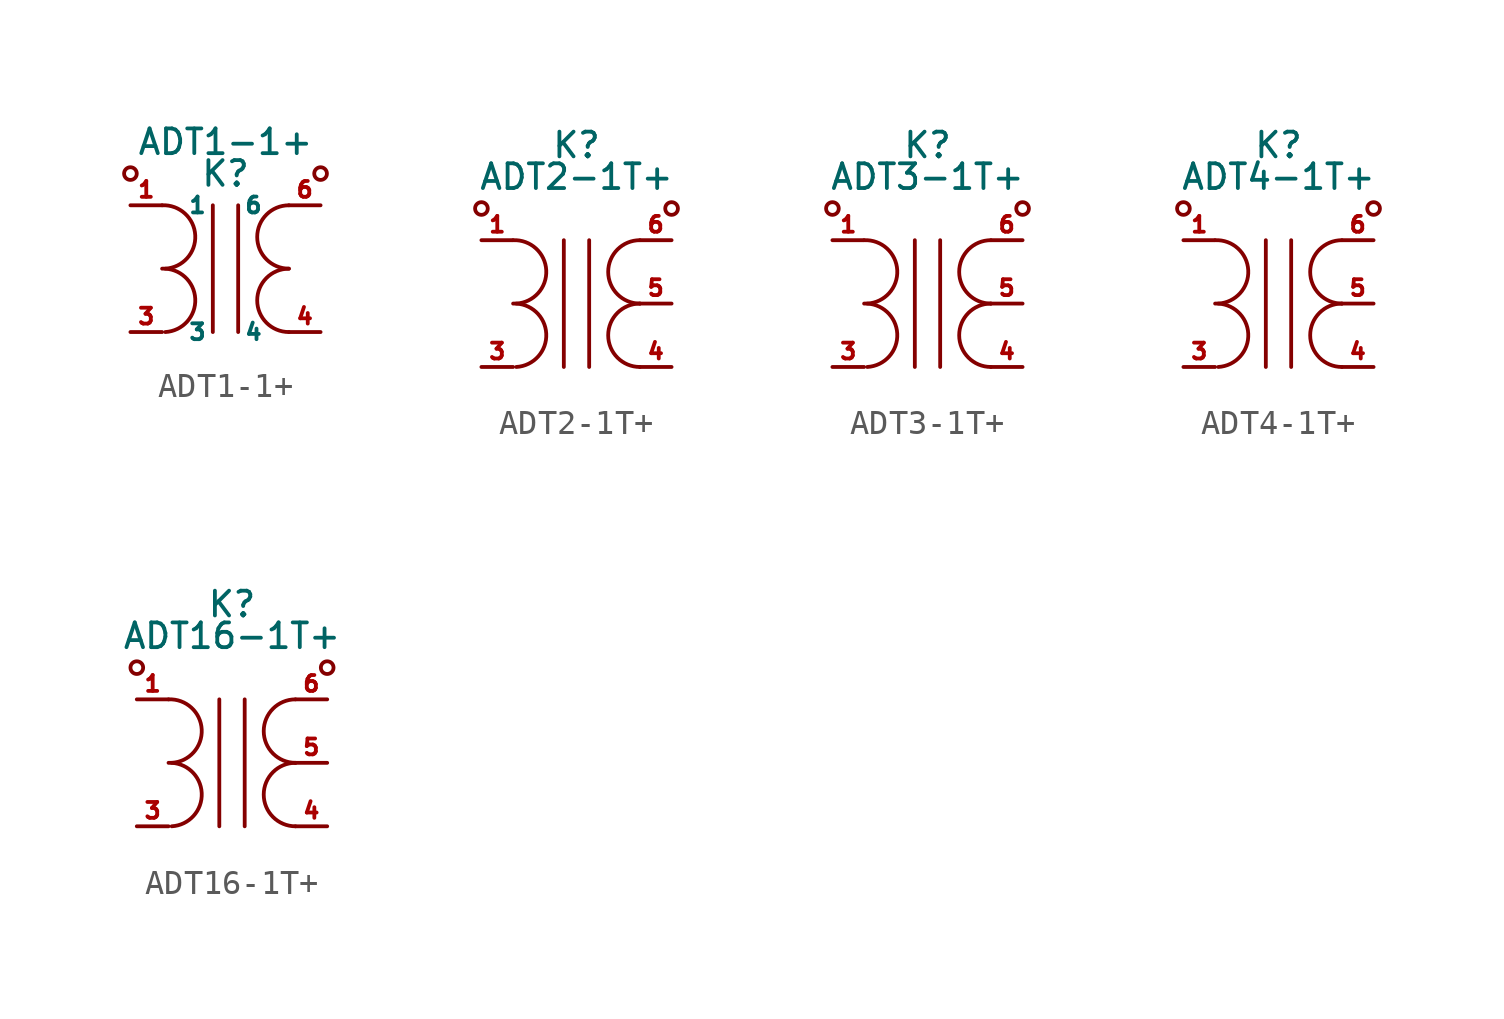
<source format=kicad_sym>
(kicad_symbol_lib
  (version 20220914)
  (generator kicad_symbol_editor)
  (symbol "ADT1-1+"
    (pin_names
      (offset 1.016))
    (property "Reference" "K"
      (at 0 3.81 0)
      (effects (font (size 0.991 0.991))))
    (property "Value" "ADT1-1+"
      (at 0 5.08 0)
      (effects (font (size 0.991 0.991))))
    (symbol "ADT1-1+_1_1"
      (circle (center -3.81 3.81) (radius 0.254) (stroke (width 0) (type default)) (fill (type none)))
      (arc (start -2.413 -2.54) (mid -1.2185 -1.2065) (end -2.54 0) (stroke (width 0) (type default)) (fill (type none)))
      (arc (start -2.413 0) (mid -1.2185 1.3335) (end -2.54 2.54) (stroke (width 0) (type default)) (fill (type none)))
      (polyline (pts (xy -0.508 2.54) (xy -0.508 -2.54)) (stroke (width 0) (type default)) (fill (type none)))
      (polyline (pts (xy 0.508 2.54) (xy 0.508 -2.54)) (stroke (width 0) (type default)) (fill (type none)))
      (arc (start 2.54 0) (mid 1.2755 -1.27) (end 2.54 -2.54) (stroke (width 0) (type default)) (fill (type none)))
      (arc (start 2.54 2.54) (mid 1.2755 1.27) (end 2.54 0) (stroke (width 0) (type default)) (fill (type none)))
      (circle (center 3.81 3.81) (radius 0.254) (stroke (width 0) (type default)) (fill (type none)))
      (pin passive line (at -3.81 2.54 0) (length 1.27) (name "1" (effects (font (size 0.635 0.635)))) (number "1" (effects (font (size 0.635 0.635)))))
      (pin passive line (at -2.54 0 180) (length 0) hide (name "2" (effects (font (size 0.635 0.635)))) (number "2" (effects (font (size 0.635 0.635)))))
      (pin passive line (at -3.81 -2.54 0) (length 1.27) (name "3" (effects (font (size 0.635 0.635)))) (number "3" (effects (font (size 0.635 0.635)))))
      (pin passive line (at 3.81 -2.54 180) (length 1.27) (name "4" (effects (font (size 0.635 0.635)))) (number "4" (effects (font (size 0.635 0.635)))))
      (pin passive line (at 2.54 0 180) (length 0) hide (name "5" (effects (font (size 0.635 0.635)))) (number "5" (effects (font (size 0.635 0.635)))))
      (pin passive line (at 3.81 2.54 180) (length 1.27) (name "6" (effects (font (size 0.635 0.635)))) (number "6" (effects (font (size 0.635 0.635)))))))
  (symbol "ADT2-1T+"
    (pin_names
      (offset 1.016) hide)
    (property "Reference" "K"
      (at 0 6.35 0)
      (effects (font (size 0.991 0.991))))
    (property "Value" "ADT2-1T+"
      (at 0 5.08 0)
      (effects (font (size 0.991 0.991))))
    (symbol "ADT2-1T+_0_0"
      (pin passive line (at -3.81 2.54 0) (length 1.27) (name "1" (effects (font (size 0.635 0.635)))) (number "1" (effects (font (size 0.635 0.635)))))
      (pin passive line (at -2.54 0 180) (length 0) hide (name "2" (effects (font (size 0.635 0.635)))) (number "2" (effects (font (size 0.635 0.635)))))
      (pin passive line (at -3.81 -2.54 0) (length 1.27) (name "3" (effects (font (size 0.635 0.635)))) (number "3" (effects (font (size 0.635 0.635)))))
      (pin passive line (at 3.81 -2.54 180) (length 1.27) (name "4" (effects (font (size 0.635 0.635)))) (number "4" (effects (font (size 0.635 0.635)))))
      (pin passive line (at 3.81 0 180) (length 1.27) (name "5" (effects (font (size 0.635 0.635)))) (number "5" (effects (font (size 0.635 0.635)))))
      (pin passive line (at 3.81 2.54 180) (length 1.27) (name "6" (effects (font (size 0.635 0.635)))) (number "6" (effects (font (size 0.635 0.635))))))
    (symbol "ADT2-1T+_0_1"
      (circle (center -3.81 3.81) (radius 0.254) (stroke (width 0) (type default)) (fill (type none)))
      (arc (start -2.413 -2.54) (mid -1.2185 -1.2065) (end -2.54 0) (stroke (width 0) (type default)) (fill (type none)))
      (arc (start -2.413 0) (mid -1.2185 1.3335) (end -2.54 2.54) (stroke (width 0) (type default)) (fill (type none)))
      (polyline (pts (xy -0.508 2.54) (xy -0.508 -2.54)) (stroke (width 0) (type default)) (fill (type none)))
      (polyline (pts (xy 0.508 2.54) (xy 0.508 -2.54)) (stroke (width 0) (type default)) (fill (type none)))
      (arc (start 2.54 0) (mid 1.2755 -1.27) (end 2.54 -2.54) (stroke (width 0) (type default)) (fill (type none)))
      (arc (start 2.54 2.54) (mid 1.2755 1.27) (end 2.54 0) (stroke (width 0) (type default)) (fill (type none)))
      (circle (center 3.81 3.81) (radius 0.254) (stroke (width 0) (type default)) (fill (type none)))))
  (symbol "ADT3-1T+"
    (pin_names
      (offset 1.016) hide)
    (property "Reference" "K"
      (at 0 6.35 0)
      (effects (font (size 0.991 0.991))))
    (property "Value" "ADT3-1T+"
      (at 0 5.08 0)
      (effects (font (size 0.991 0.991))))
    (symbol "ADT3-1T+_0_0"
      (pin passive line (at -3.81 2.54 0) (length 1.27) (name "1" (effects (font (size 0.635 0.635)))) (number "1" (effects (font (size 0.635 0.635)))))
      (pin passive line (at -2.54 0 180) (length 0) hide (name "2" (effects (font (size 0.635 0.635)))) (number "2" (effects (font (size 0.635 0.635)))))
      (pin passive line (at -3.81 -2.54 0) (length 1.27) (name "3" (effects (font (size 0.635 0.635)))) (number "3" (effects (font (size 0.635 0.635)))))
      (pin passive line (at 3.81 -2.54 180) (length 1.27) (name "4" (effects (font (size 0.635 0.635)))) (number "4" (effects (font (size 0.635 0.635)))))
      (pin passive line (at 3.81 0 180) (length 1.27) (name "5" (effects (font (size 0.635 0.635)))) (number "5" (effects (font (size 0.635 0.635)))))
      (pin passive line (at 3.81 2.54 180) (length 1.27) (name "6" (effects (font (size 0.635 0.635)))) (number "6" (effects (font (size 0.635 0.635))))))
    (symbol "ADT3-1T+_0_1"
      (circle (center -3.81 3.81) (radius 0.254) (stroke (width 0) (type default)) (fill (type none)))
      (arc (start -2.413 -2.54) (mid -1.2185 -1.2065) (end -2.54 0) (stroke (width 0) (type default)) (fill (type none)))
      (arc (start -2.413 0) (mid -1.2185 1.3335) (end -2.54 2.54) (stroke (width 0) (type default)) (fill (type none)))
      (polyline (pts (xy -0.508 2.54) (xy -0.508 -2.54)) (stroke (width 0) (type default)) (fill (type none)))
      (polyline (pts (xy 0.508 2.54) (xy 0.508 -2.54)) (stroke (width 0) (type default)) (fill (type none)))
      (arc (start 2.54 0) (mid 1.2755 -1.27) (end 2.54 -2.54) (stroke (width 0) (type default)) (fill (type none)))
      (arc (start 2.54 2.54) (mid 1.2755 1.27) (end 2.54 0) (stroke (width 0) (type default)) (fill (type none)))
      (circle (center 3.81 3.81) (radius 0.254) (stroke (width 0) (type default)) (fill (type none)))))
  (symbol "ADT4-1T+"
    (pin_names
      (offset 1.016) hide)
    (property "Reference" "K"
      (at 0 6.35 0)
      (effects (font (size 0.991 0.991))))
    (property "Value" "ADT4-1T+"
      (at 0 5.08 0)
      (effects (font (size 0.991 0.991))))
    (symbol "ADT4-1T+_0_0"
      (pin passive line (at -3.81 2.54 0) (length 1.27) (name "1" (effects (font (size 0.635 0.635)))) (number "1" (effects (font (size 0.635 0.635)))))
      (pin passive line (at -2.54 0 180) (length 0) hide (name "2" (effects (font (size 0.635 0.635)))) (number "2" (effects (font (size 0.635 0.635)))))
      (pin passive line (at -3.81 -2.54 0) (length 1.27) (name "3" (effects (font (size 0.635 0.635)))) (number "3" (effects (font (size 0.635 0.635)))))
      (pin passive line (at 3.81 -2.54 180) (length 1.27) (name "4" (effects (font (size 0.635 0.635)))) (number "4" (effects (font (size 0.635 0.635)))))
      (pin passive line (at 3.81 0 180) (length 1.27) (name "5" (effects (font (size 0.635 0.635)))) (number "5" (effects (font (size 0.635 0.635)))))
      (pin passive line (at 3.81 2.54 180) (length 1.27) (name "6" (effects (font (size 0.635 0.635)))) (number "6" (effects (font (size 0.635 0.635))))))
    (symbol "ADT4-1T+_0_1"
      (circle (center -3.81 3.81) (radius 0.254) (stroke (width 0) (type default)) (fill (type none)))
      (arc (start -2.413 -2.54) (mid -1.2185 -1.2065) (end -2.54 0) (stroke (width 0) (type default)) (fill (type none)))
      (arc (start -2.413 0) (mid -1.2185 1.3335) (end -2.54 2.54) (stroke (width 0) (type default)) (fill (type none)))
      (polyline (pts (xy -0.508 2.54) (xy -0.508 -2.54)) (stroke (width 0) (type default)) (fill (type none)))
      (polyline (pts (xy 0.508 2.54) (xy 0.508 -2.54)) (stroke (width 0) (type default)) (fill (type none)))
      (arc (start 2.54 0) (mid 1.2755 -1.27) (end 2.54 -2.54) (stroke (width 0) (type default)) (fill (type none)))
      (arc (start 2.54 2.54) (mid 1.2755 1.27) (end 2.54 0) (stroke (width 0) (type default)) (fill (type none)))
      (circle (center 3.81 3.81) (radius 0.254) (stroke (width 0) (type default)) (fill (type none)))))
  (symbol "ADT16-1T+"
    (pin_names
      (offset 1.016) hide)
    (property "Reference" "K"
      (at 0 6.35 0)
      (effects (font (size 0.991 0.991))))
    (property "Value" "ADT16-1T+"
      (at 0 5.08 0)
      (effects (font (size 0.991 0.991))))
    (symbol "ADT16-1T+_0_0"
      (pin passive line (at -3.81 2.54 0) (length 1.27) (name "1" (effects (font (size 0.635 0.635)))) (number "1" (effects (font (size 0.635 0.635)))))
      (pin passive line (at -2.54 0 180) (length 0) hide (name "2" (effects (font (size 0.635 0.635)))) (number "2" (effects (font (size 0.635 0.635)))))
      (pin passive line (at -3.81 -2.54 0) (length 1.27) (name "3" (effects (font (size 0.635 0.635)))) (number "3" (effects (font (size 0.635 0.635)))))
      (pin passive line (at 3.81 -2.54 180) (length 1.27) (name "4" (effects (font (size 0.635 0.635)))) (number "4" (effects (font (size 0.635 0.635)))))
      (pin passive line (at 3.81 0 180) (length 1.27) (name "5" (effects (font (size 0.635 0.635)))) (number "5" (effects (font (size 0.635 0.635)))))
      (pin passive line (at 3.81 2.54 180) (length 1.27) (name "6" (effects (font (size 0.635 0.635)))) (number "6" (effects (font (size 0.635 0.635))))))
    (symbol "ADT16-1T+_0_1"
      (circle (center -3.81 3.81) (radius 0.254) (stroke (width 0) (type default)) (fill (type none)))
      (arc (start -2.413 -2.54) (mid -1.2185 -1.2065) (end -2.54 0) (stroke (width 0) (type default)) (fill (type none)))
      (arc (start -2.413 0) (mid -1.2185 1.3335) (end -2.54 2.54) (stroke (width 0) (type default)) (fill (type none)))
      (polyline (pts (xy -0.508 2.54) (xy -0.508 -2.54)) (stroke (width 0) (type default)) (fill (type none)))
      (polyline (pts (xy 0.508 2.54) (xy 0.508 -2.54)) (stroke (width 0) (type default)) (fill (type none)))
      (arc (start 2.54 0) (mid 1.2755 -1.27) (end 2.54 -2.54) (stroke (width 0) (type default)) (fill (type none)))
      (arc (start 2.54 2.54) (mid 1.2755 1.27) (end 2.54 0) (stroke (width 0) (type default)) (fill (type none)))
      (circle (center 3.81 3.81) (radius 0.254) (stroke (width 0) (type default)) (fill (type none))))))
</source>
